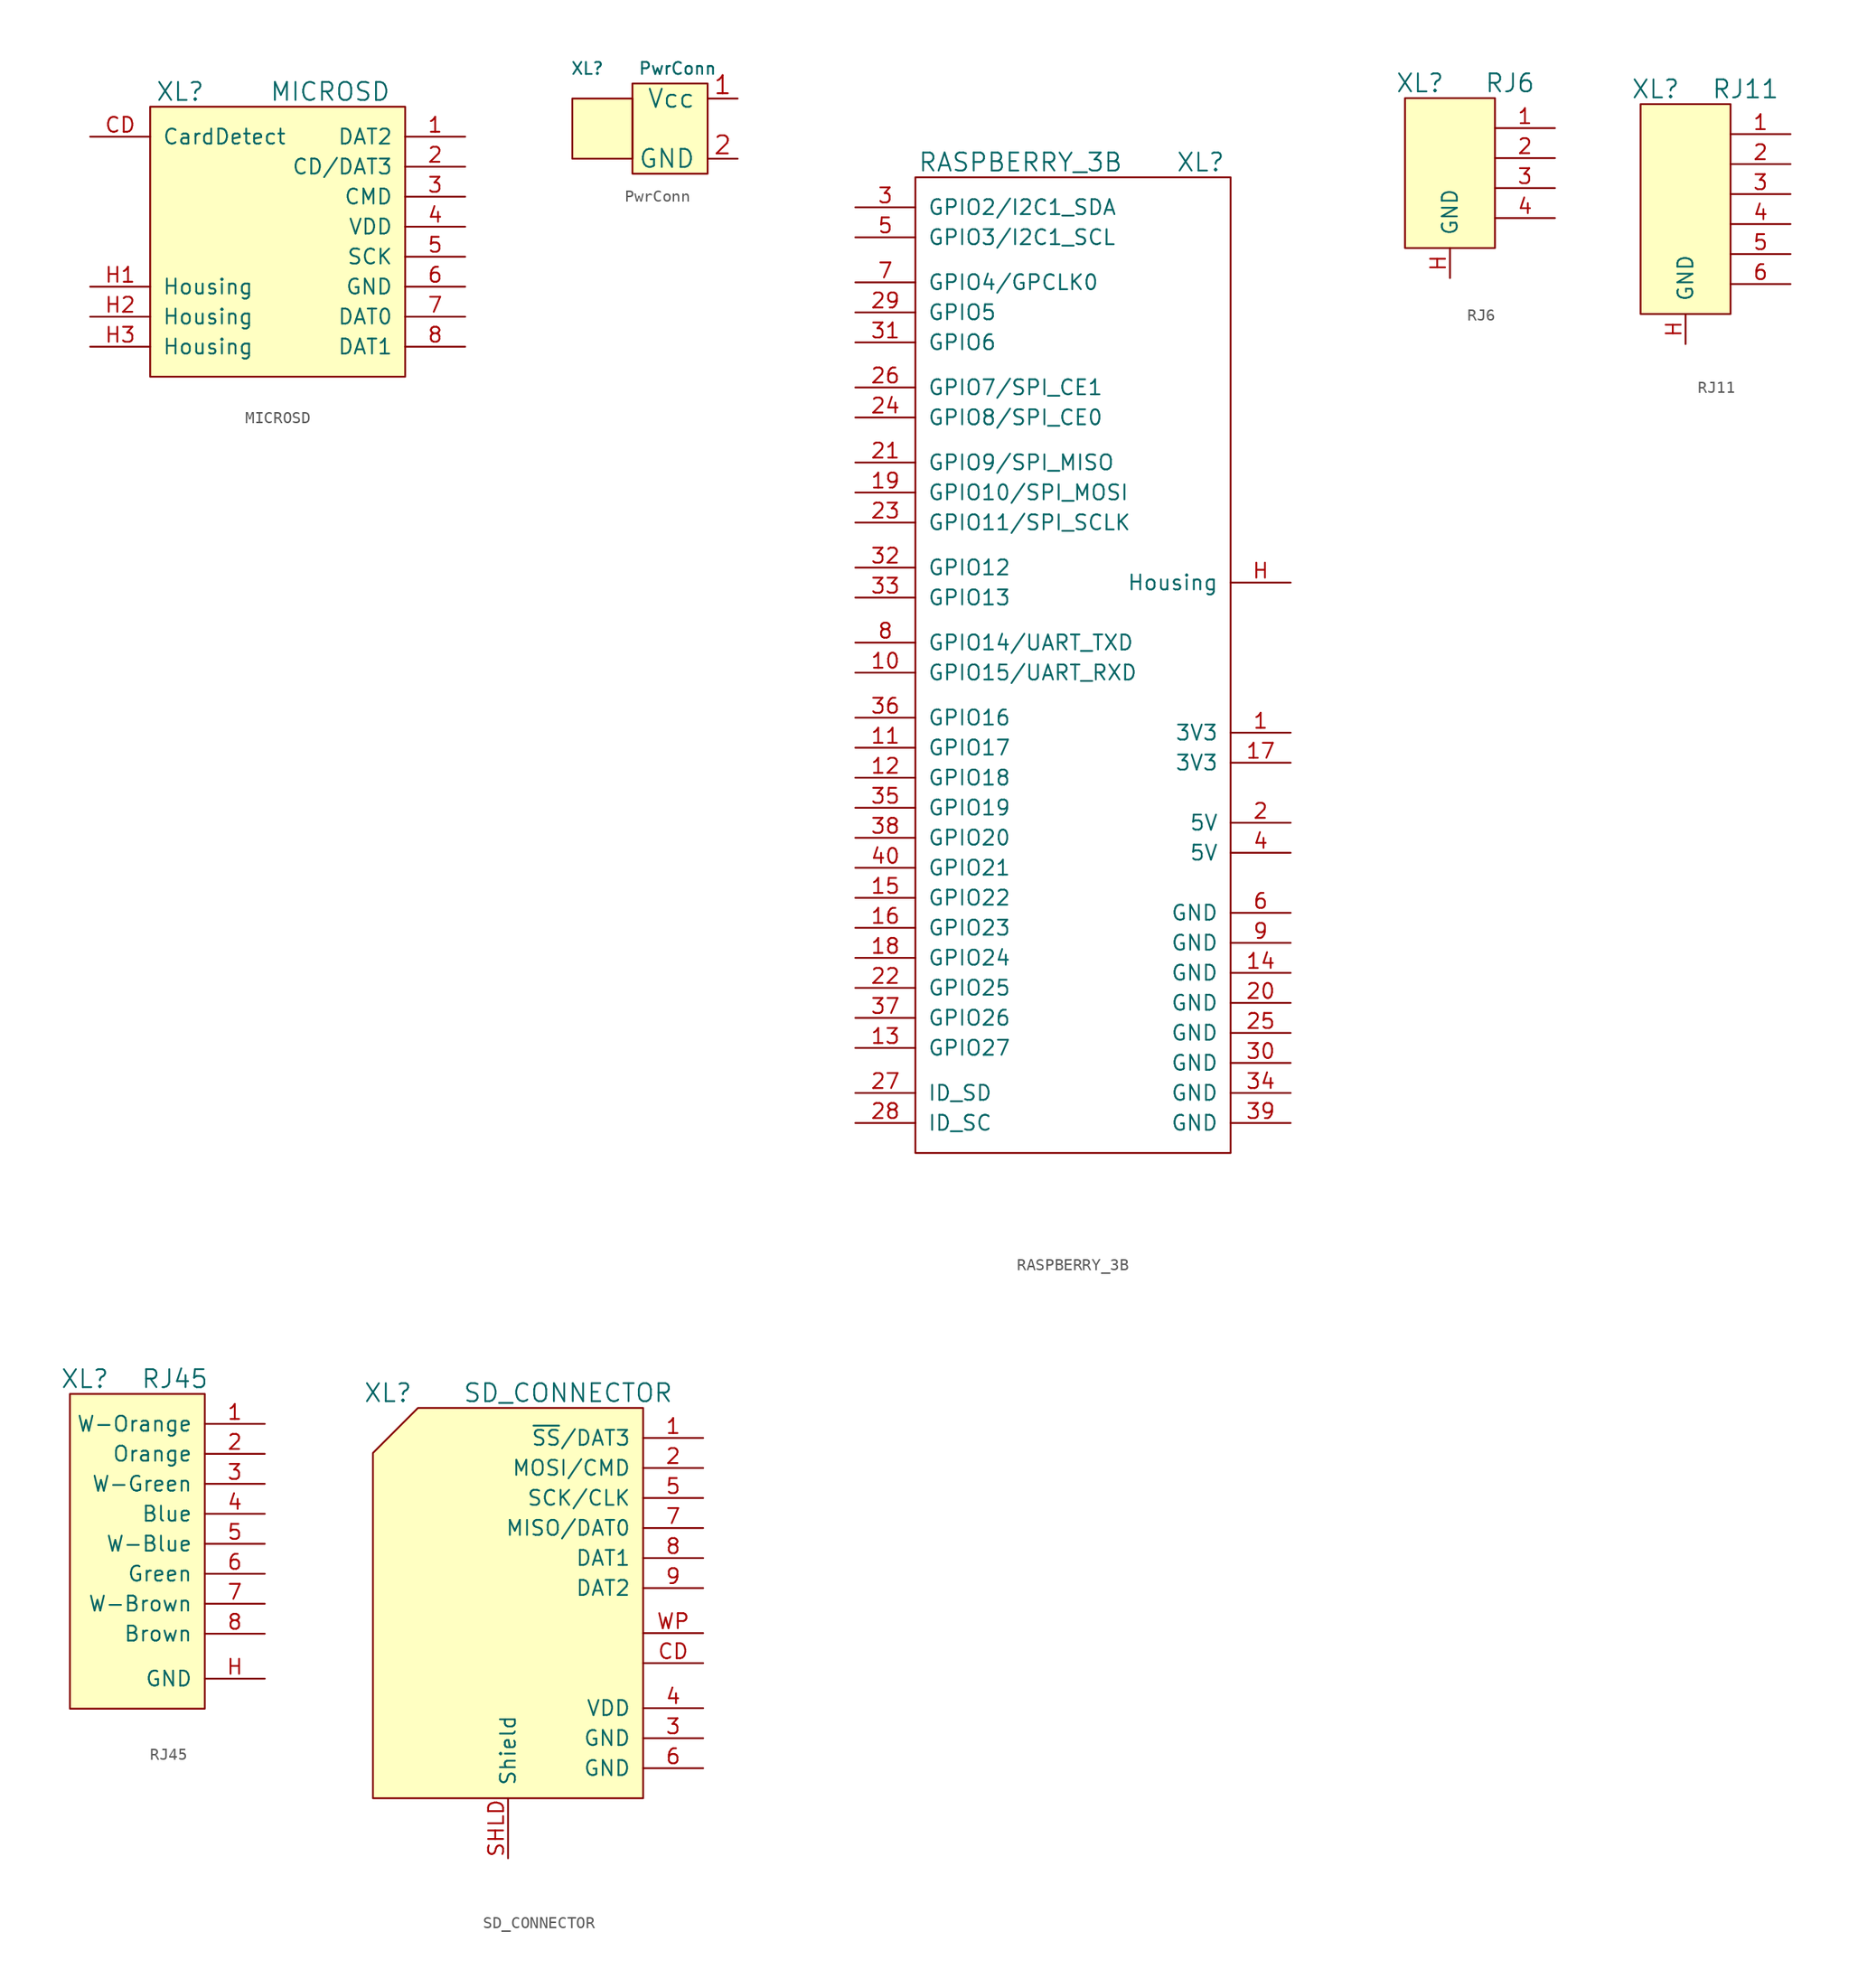
<source format=kicad_sym>
(kicad_symbol_lib
  (version 20201005)
  (generator kicad_symbol_editor)
  (symbol "Connectors_kl:MICROSD"
    (pin_names
      (offset 1.016))
    (property "Reference" "XL"
      (at -8.89 13.97 0)
      (effects (font (size 1.524 1.524))))
    (property "Value" "MICROSD"
      (at 3.81 13.97 0)
      (effects (font (size 1.524 1.524))))
    (property "Footprint" ""
      (at 0 0 0)
      (effects (font (size 1.524 1.524))))
    (property "Datasheet" ""
      (at 0 0 0)
      (effects (font (size 1.524 1.524))))
    (symbol "MICROSD_0_1"
      (rectangle (start -11.43 12.7) (end 10.16 -10.16) (stroke (width 0)) (fill (type background))))
    (symbol "MICROSD_1_1"
      (pin passive line (at 15.24 10.16 180) (length 5.08) (name "DAT2" (effects (font (size 1.27 1.27)))) (number "1" (effects (font (size 1.27 1.27)))))
      (pin passive line (at 15.24 7.62 180) (length 5.08) (name "CD/DAT3" (effects (font (size 1.27 1.27)))) (number "2" (effects (font (size 1.27 1.27)))))
      (pin passive line (at 15.24 5.08 180) (length 5.08) (name "CMD" (effects (font (size 1.27 1.27)))) (number "3" (effects (font (size 1.27 1.27)))))
      (pin power_in line (at 15.24 2.54 180) (length 5.08) (name "VDD" (effects (font (size 1.27 1.27)))) (number "4" (effects (font (size 1.27 1.27)))))
      (pin passive line (at 15.24 0 180) (length 5.08) (name "SCK" (effects (font (size 1.27 1.27)))) (number "5" (effects (font (size 1.27 1.27)))))
      (pin power_in line (at 15.24 -2.54 180) (length 5.08) (name "GND" (effects (font (size 1.27 1.27)))) (number "6" (effects (font (size 1.27 1.27)))))
      (pin passive line (at 15.24 -5.08 180) (length 5.08) (name "DAT0" (effects (font (size 1.27 1.27)))) (number "7" (effects (font (size 1.27 1.27)))))
      (pin passive line (at 15.24 -7.62 180) (length 5.08) (name "DAT1" (effects (font (size 1.27 1.27)))) (number "8" (effects (font (size 1.27 1.27)))))
      (pin passive line (at -16.51 10.16 0) (length 5.08) (name "CardDetect" (effects (font (size 1.27 1.27)))) (number "CD" (effects (font (size 1.27 1.27)))))
      (pin passive line (at -16.51 -2.54 0) (length 5.08) (name "Housing" (effects (font (size 1.27 1.27)))) (number "H1" (effects (font (size 1.27 1.27)))))
      (pin passive line (at -16.51 -5.08 0) (length 5.08) (name "Housing" (effects (font (size 1.27 1.27)))) (number "H2" (effects (font (size 1.27 1.27)))))
      (pin passive line (at -16.51 -7.62 0) (length 5.08) (name "Housing" (effects (font (size 1.27 1.27)))) (number "H3" (effects (font (size 1.27 1.27)))))))
  (symbol "Connectors_kl:PwrConn"
    (pin_names
      (offset 1.016))
    (property "Reference" "XL"
      (at -7.62 5.08 0)
      (effects (font (size 1.016 1.016))))
    (property "Value" "PwrConn"
      (at 0 5.08 0)
      (effects (font (size 1.016 1.016))))
    (property "Footprint" ""
      (at 0 0 0)
      (effects (font (size 1.524 1.524))))
    (property "Datasheet" ""
      (at 0 0 0)
      (effects (font (size 1.524 1.524))))
    (symbol "PwrConn_0_1"
      (rectangle (start -3.81 2.54) (end -8.89 -2.54) (stroke (width 0)) (fill (type background)))
      (rectangle (start 2.54 3.81) (end -3.81 -3.81) (stroke (width 0)) (fill (type background))))
    (symbol "PwrConn_1_1"
      (pin power_out line (at 5.08 2.54 180) (length 2.54) (name "Vcc" (effects (font (size 1.524 1.524)))) (number "1" (effects (font (size 1.524 1.524)))))
      (pin power_out line (at 5.08 -2.54 180) (length 2.54) (name "GND" (effects (font (size 1.524 1.524)))) (number "2" (effects (font (size 1.524 1.524)))))))
  (symbol "Connectors_kl:RASPBERRY_3B"
    (pin_names
      (offset 1.016))
    (property "Reference" "XL"
      (at 11.43 39.37 0)
      (effects (font (size 1.524 1.524))))
    (property "Value" "RASPBERRY_3B"
      (at -3.81 39.37 0)
      (effects (font (size 1.524 1.524))))
    (symbol "RASPBERRY_3B_0_1"
      (rectangle (start -12.7 38.1) (end 13.97 -44.45) (stroke (width 0)) (fill (type none))))
    (symbol "RASPBERRY_3B_1_1"
      (pin passive line (at 19.05 -8.89 180) (length 5.08) (name "3V3" (effects (font (size 1.27 1.27)))) (number "1" (effects (font (size 1.27 1.27)))))
      (pin passive line (at -17.78 -3.81 0) (length 5.08) (name "GPIO15/UART_RXD" (effects (font (size 1.27 1.27)))) (number "10" (effects (font (size 1.27 1.27)))))
      (pin passive line (at -17.78 -10.16 0) (length 5.08) (name "GPIO17" (effects (font (size 1.27 1.27)))) (number "11" (effects (font (size 1.27 1.27)))))
      (pin passive line (at -17.78 -12.7 0) (length 5.08) (name "GPIO18" (effects (font (size 1.27 1.27)))) (number "12" (effects (font (size 1.27 1.27)))))
      (pin passive line (at -17.78 -35.56 0) (length 5.08) (name "GPIO27" (effects (font (size 1.27 1.27)))) (number "13" (effects (font (size 1.27 1.27)))))
      (pin passive line (at 19.05 -29.21 180) (length 5.08) (name "GND" (effects (font (size 1.27 1.27)))) (number "14" (effects (font (size 1.27 1.27)))))
      (pin passive line (at -17.78 -22.86 0) (length 5.08) (name "GPIO22" (effects (font (size 1.27 1.27)))) (number "15" (effects (font (size 1.27 1.27)))))
      (pin passive line (at -17.78 -25.4 0) (length 5.08) (name "GPIO23" (effects (font (size 1.27 1.27)))) (number "16" (effects (font (size 1.27 1.27)))))
      (pin passive line (at 19.05 -11.43 180) (length 5.08) (name "3V3" (effects (font (size 1.27 1.27)))) (number "17" (effects (font (size 1.27 1.27)))))
      (pin passive line (at -17.78 -27.94 0) (length 5.08) (name "GPIO24" (effects (font (size 1.27 1.27)))) (number "18" (effects (font (size 1.27 1.27)))))
      (pin passive line (at -17.78 11.43 0) (length 5.08) (name "GPIO10/SPI_MOSI" (effects (font (size 1.27 1.27)))) (number "19" (effects (font (size 1.27 1.27)))))
      (pin passive line (at 19.05 -16.51 180) (length 5.08) (name "5V" (effects (font (size 1.27 1.27)))) (number "2" (effects (font (size 1.27 1.27)))))
      (pin passive line (at 19.05 -31.75 180) (length 5.08) (name "GND" (effects (font (size 1.27 1.27)))) (number "20" (effects (font (size 1.27 1.27)))))
      (pin passive line (at -17.78 13.97 0) (length 5.08) (name "GPIO9/SPI_MISO" (effects (font (size 1.27 1.27)))) (number "21" (effects (font (size 1.27 1.27)))))
      (pin passive line (at -17.78 -30.48 0) (length 5.08) (name "GPIO25" (effects (font (size 1.27 1.27)))) (number "22" (effects (font (size 1.27 1.27)))))
      (pin passive line (at -17.78 8.89 0) (length 5.08) (name "GPIO11/SPI_SCLK" (effects (font (size 1.27 1.27)))) (number "23" (effects (font (size 1.27 1.27)))))
      (pin passive line (at -17.78 17.78 0) (length 5.08) (name "GPIO8/SPI_CE0" (effects (font (size 1.27 1.27)))) (number "24" (effects (font (size 1.27 1.27)))))
      (pin passive line (at 19.05 -34.29 180) (length 5.08) (name "GND" (effects (font (size 1.27 1.27)))) (number "25" (effects (font (size 1.27 1.27)))))
      (pin passive line (at -17.78 20.32 0) (length 5.08) (name "GPIO7/SPI_CE1" (effects (font (size 1.27 1.27)))) (number "26" (effects (font (size 1.27 1.27)))))
      (pin passive line (at -17.78 -39.37 0) (length 5.08) (name "ID_SD" (effects (font (size 1.27 1.27)))) (number "27" (effects (font (size 1.27 1.27)))))
      (pin passive line (at -17.78 -41.91 0) (length 5.08) (name "ID_SC" (effects (font (size 1.27 1.27)))) (number "28" (effects (font (size 1.27 1.27)))))
      (pin passive line (at -17.78 26.67 0) (length 5.08) (name "GPIO5" (effects (font (size 1.27 1.27)))) (number "29" (effects (font (size 1.27 1.27)))))
      (pin passive line (at -17.78 35.56 0) (length 5.08) (name "GPIO2/I2C1_SDA" (effects (font (size 1.27 1.27)))) (number "3" (effects (font (size 1.27 1.27)))))
      (pin passive line (at 19.05 -36.83 180) (length 5.08) (name "GND" (effects (font (size 1.27 1.27)))) (number "30" (effects (font (size 1.27 1.27)))))
      (pin passive line (at -17.78 24.13 0) (length 5.08) (name "GPIO6" (effects (font (size 1.27 1.27)))) (number "31" (effects (font (size 1.27 1.27)))))
      (pin passive line (at -17.78 5.08 0) (length 5.08) (name "GPIO12" (effects (font (size 1.27 1.27)))) (number "32" (effects (font (size 1.27 1.27)))))
      (pin passive line (at -17.78 2.54 0) (length 5.08) (name "GPIO13" (effects (font (size 1.27 1.27)))) (number "33" (effects (font (size 1.27 1.27)))))
      (pin passive line (at 19.05 -39.37 180) (length 5.08) (name "GND" (effects (font (size 1.27 1.27)))) (number "34" (effects (font (size 1.27 1.27)))))
      (pin passive line (at -17.78 -15.24 0) (length 5.08) (name "GPIO19" (effects (font (size 1.27 1.27)))) (number "35" (effects (font (size 1.27 1.27)))))
      (pin passive line (at -17.78 -7.62 0) (length 5.08) (name "GPIO16" (effects (font (size 1.27 1.27)))) (number "36" (effects (font (size 1.27 1.27)))))
      (pin passive line (at -17.78 -33.02 0) (length 5.08) (name "GPIO26" (effects (font (size 1.27 1.27)))) (number "37" (effects (font (size 1.27 1.27)))))
      (pin passive line (at -17.78 -17.78 0) (length 5.08) (name "GPIO20" (effects (font (size 1.27 1.27)))) (number "38" (effects (font (size 1.27 1.27)))))
      (pin passive line (at 19.05 -41.91 180) (length 5.08) (name "GND" (effects (font (size 1.27 1.27)))) (number "39" (effects (font (size 1.27 1.27)))))
      (pin passive line (at 19.05 -19.05 180) (length 5.08) (name "5V" (effects (font (size 1.27 1.27)))) (number "4" (effects (font (size 1.27 1.27)))))
      (pin passive line (at -17.78 -20.32 0) (length 5.08) (name "GPIO21" (effects (font (size 1.27 1.27)))) (number "40" (effects (font (size 1.27 1.27)))))
      (pin passive line (at -17.78 33.02 0) (length 5.08) (name "GPIO3/I2C1_SCL" (effects (font (size 1.27 1.27)))) (number "5" (effects (font (size 1.27 1.27)))))
      (pin passive line (at 19.05 -24.13 180) (length 5.08) (name "GND" (effects (font (size 1.27 1.27)))) (number "6" (effects (font (size 1.27 1.27)))))
      (pin passive line (at -17.78 29.21 0) (length 5.08) (name "GPIO4/GPCLK0" (effects (font (size 1.27 1.27)))) (number "7" (effects (font (size 1.27 1.27)))))
      (pin passive line (at -17.78 -1.27 0) (length 5.08) (name "GPIO14/UART_TXD" (effects (font (size 1.27 1.27)))) (number "8" (effects (font (size 1.27 1.27)))))
      (pin passive line (at 19.05 -26.67 180) (length 5.08) (name "GND" (effects (font (size 1.27 1.27)))) (number "9" (effects (font (size 1.27 1.27)))))
      (pin passive line (at 19.05 3.81 180) (length 5.08) (name "Housing" (effects (font (size 1.27 1.27)))) (number "H" (effects (font (size 1.27 1.27)))))))
  (symbol "Connectors_kl:RJ6"
    (pin_names
      (offset 1.016))
    (property "Reference" "XL"
      (at -2.54 7.62 0)
      (effects (font (size 1.524 1.524))))
    (property "Value" "RJ6"
      (at 5.08 7.62 0)
      (effects (font (size 1.524 1.524))))
    (property "Footprint" ""
      (at 0 0 0)
      (effects (font (size 1.524 1.524))))
    (property "Datasheet" ""
      (at 0 0 0)
      (effects (font (size 1.524 1.524))))
    (symbol "RJ6_0_1"
      (rectangle (start 3.81 6.35) (end -3.81 -6.35) (stroke (width 0)) (fill (type background))))
    (symbol "RJ6_1_1"
      (pin passive line (at 8.89 3.81 180) (length 5.08) (name "~" (effects (font (size 1.27 1.27)))) (number "1" (effects (font (size 1.27 1.27)))))
      (pin passive line (at 8.89 1.27 180) (length 5.08) (name "~" (effects (font (size 1.27 1.27)))) (number "2" (effects (font (size 1.27 1.27)))))
      (pin passive line (at 8.89 -1.27 180) (length 5.08) (name "~" (effects (font (size 1.27 1.27)))) (number "3" (effects (font (size 1.27 1.27)))))
      (pin passive line (at 8.89 -3.81 180) (length 5.08) (name "~" (effects (font (size 1.27 1.27)))) (number "4" (effects (font (size 1.27 1.27)))))
      (pin passive line (at 0 -8.89 90) (length 2.54) (name "GND" (effects (font (size 1.27 1.27)))) (number "H" (effects (font (size 1.27 1.27)))))))
  (symbol "Connectors_kl:RJ11"
    (pin_names
      (offset 1.016))
    (property "Reference" "XL"
      (at -2.54 10.16 0)
      (effects (font (size 1.524 1.524))))
    (property "Value" "RJ11"
      (at 5.08 10.16 0)
      (effects (font (size 1.524 1.524))))
    (symbol "RJ11_0_1"
      (rectangle (start 3.81 8.89) (end -3.81 -8.89) (stroke (width 0)) (fill (type background))))
    (symbol "RJ11_1_1"
      (pin passive line (at 8.89 6.35 180) (length 5.08) (name "~" (effects (font (size 1.27 1.27)))) (number "1" (effects (font (size 1.27 1.27)))))
      (pin passive line (at 8.89 3.81 180) (length 5.08) (name "~" (effects (font (size 1.27 1.27)))) (number "2" (effects (font (size 1.27 1.27)))))
      (pin passive line (at 8.89 1.27 180) (length 5.08) (name "~" (effects (font (size 1.27 1.27)))) (number "3" (effects (font (size 1.27 1.27)))))
      (pin passive line (at 8.89 -1.27 180) (length 5.08) (name "~" (effects (font (size 1.27 1.27)))) (number "4" (effects (font (size 1.27 1.27)))))
      (pin passive line (at 8.89 -3.81 180) (length 5.08) (name "~" (effects (font (size 1.27 1.27)))) (number "5" (effects (font (size 1.27 1.27)))))
      (pin passive line (at 8.89 -6.35 180) (length 5.08) (name "~" (effects (font (size 1.27 1.27)))) (number "6" (effects (font (size 1.27 1.27)))))
      (pin passive line (at 0 -11.43 90) (length 2.54) (name "GND" (effects (font (size 1.27 1.27)))) (number "H" (effects (font (size 1.27 1.27)))))))
  (symbol "Connectors_kl:RJ45"
    (pin_names
      (offset 1.016))
    (property "Reference" "XL"
      (at -6.35 12.7 0)
      (effects (font (size 1.524 1.524))))
    (property "Value" "RJ45"
      (at 1.27 12.7 0)
      (effects (font (size 1.524 1.524))))
    (property "Footprint" ""
      (at 0 0 0)
      (effects (font (size 1.524 1.524))))
    (property "Datasheet" ""
      (at 0 0 0)
      (effects (font (size 1.524 1.524))))
    (symbol "RJ45_0_1"
      (rectangle (start 3.81 11.43) (end -7.62 -15.24) (stroke (width 0)) (fill (type background))))
    (symbol "RJ45_1_1"
      (pin passive line (at 8.89 8.89 180) (length 5.08) (name "W-Orange" (effects (font (size 1.27 1.27)))) (number "1" (effects (font (size 1.27 1.27)))))
      (pin passive line (at 8.89 6.35 180) (length 5.08) (name "Orange" (effects (font (size 1.27 1.27)))) (number "2" (effects (font (size 1.27 1.27)))))
      (pin passive line (at 8.89 3.81 180) (length 5.08) (name "W-Green" (effects (font (size 1.27 1.27)))) (number "3" (effects (font (size 1.27 1.27)))))
      (pin passive line (at 8.89 1.27 180) (length 5.08) (name "Blue" (effects (font (size 1.27 1.27)))) (number "4" (effects (font (size 1.27 1.27)))))
      (pin passive line (at 8.89 -1.27 180) (length 5.08) (name "W-Blue" (effects (font (size 1.27 1.27)))) (number "5" (effects (font (size 1.27 1.27)))))
      (pin passive line (at 8.89 -3.81 180) (length 5.08) (name "Green" (effects (font (size 1.27 1.27)))) (number "6" (effects (font (size 1.27 1.27)))))
      (pin passive line (at 8.89 -6.35 180) (length 5.08) (name "W-Brown" (effects (font (size 1.27 1.27)))) (number "7" (effects (font (size 1.27 1.27)))))
      (pin passive line (at 8.89 -8.89 180) (length 5.08) (name "Brown" (effects (font (size 1.27 1.27)))) (number "8" (effects (font (size 1.27 1.27)))))
      (pin passive line (at 8.89 -12.7 180) (length 5.08) (name "GND" (effects (font (size 1.27 1.27)))) (number "H" (effects (font (size 1.27 1.27)))))))
  (symbol "Connectors_kl:SD_CONNECTOR"
    (pin_names
      (offset 1.016))
    (property "Reference" "XL"
      (at -10.16 16.51 0)
      (effects (font (size 1.524 1.524))))
    (property "Value" "SD_CONNECTOR"
      (at 5.08 16.51 0)
      (effects (font (size 1.524 1.524))))
    (property "Footprint" ""
      (at 0 0 0)
      (effects (font (size 1.524 1.524))))
    (property "Datasheet" ""
      (at 0 0 0)
      (effects (font (size 1.524 1.524))))
    (symbol "SD_CONNECTOR_0_1"
      (polyline (pts (xy 11.43 15.24) (xy 11.43 -17.78) (xy -11.43 -17.78) (xy -11.43 11.43) (xy -7.62 15.24) (xy 11.43 15.24) (xy 11.43 15.24)) (stroke (width 0)) (fill (type background))))
    (symbol "SD_CONNECTOR_1_1"
      (pin passive line (at 16.51 12.7 180) (length 5.08) (name "~SS~/DAT3" (effects (font (size 1.27 1.27)))) (number "1" (effects (font (size 1.27 1.27)))))
      (pin passive line (at 16.51 10.16 180) (length 5.08) (name "MOSI/CMD" (effects (font (size 1.27 1.27)))) (number "2" (effects (font (size 1.27 1.27)))))
      (pin power_in line (at 16.51 -12.7 180) (length 5.08) (name "GND" (effects (font (size 1.27 1.27)))) (number "3" (effects (font (size 1.27 1.27)))))
      (pin power_in line (at 16.51 -10.16 180) (length 5.08) (name "VDD" (effects (font (size 1.27 1.27)))) (number "4" (effects (font (size 1.27 1.27)))))
      (pin passive line (at 16.51 7.62 180) (length 5.08) (name "SCK/CLK" (effects (font (size 1.27 1.27)))) (number "5" (effects (font (size 1.27 1.27)))))
      (pin power_in line (at 16.51 -15.24 180) (length 5.08) (name "GND" (effects (font (size 1.27 1.27)))) (number "6" (effects (font (size 1.27 1.27)))))
      (pin passive line (at 16.51 5.08 180) (length 5.08) (name "MISO/DAT0" (effects (font (size 1.27 1.27)))) (number "7" (effects (font (size 1.27 1.27)))))
      (pin passive line (at 16.51 2.54 180) (length 5.08) (name "DAT1" (effects (font (size 1.27 1.27)))) (number "8" (effects (font (size 1.27 1.27)))))
      (pin passive line (at 16.51 0 180) (length 5.08) (name "DAT2" (effects (font (size 1.27 1.27)))) (number "9" (effects (font (size 1.27 1.27)))))
      (pin passive line (at 16.51 -6.35 180) (length 5.08) (name "~" (effects (font (size 1.27 1.27)))) (number "CD" (effects (font (size 1.27 1.27)))))
      (pin passive line (at 0 -22.86 90) (length 5.08) (name "Shield" (effects (font (size 1.27 1.27)))) (number "SHLD" (effects (font (size 1.27 1.27)))))
      (pin passive line (at 16.51 -3.81 180) (length 5.08) (name "~" (effects (font (size 1.27 1.27)))) (number "WP" (effects (font (size 1.27 1.27))))))))
</source>
